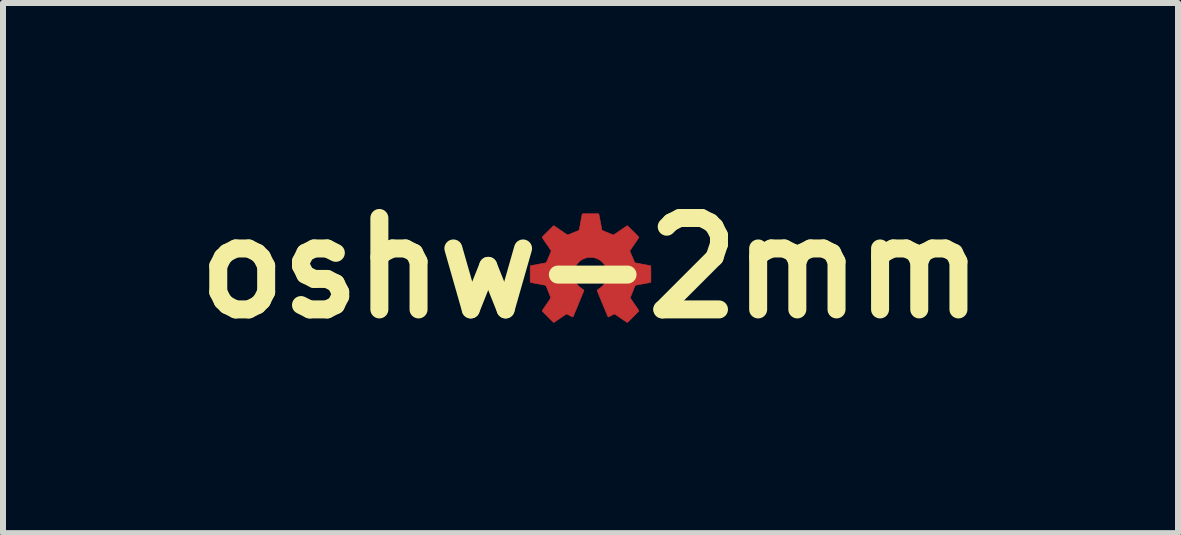
<source format=kicad_pcb>
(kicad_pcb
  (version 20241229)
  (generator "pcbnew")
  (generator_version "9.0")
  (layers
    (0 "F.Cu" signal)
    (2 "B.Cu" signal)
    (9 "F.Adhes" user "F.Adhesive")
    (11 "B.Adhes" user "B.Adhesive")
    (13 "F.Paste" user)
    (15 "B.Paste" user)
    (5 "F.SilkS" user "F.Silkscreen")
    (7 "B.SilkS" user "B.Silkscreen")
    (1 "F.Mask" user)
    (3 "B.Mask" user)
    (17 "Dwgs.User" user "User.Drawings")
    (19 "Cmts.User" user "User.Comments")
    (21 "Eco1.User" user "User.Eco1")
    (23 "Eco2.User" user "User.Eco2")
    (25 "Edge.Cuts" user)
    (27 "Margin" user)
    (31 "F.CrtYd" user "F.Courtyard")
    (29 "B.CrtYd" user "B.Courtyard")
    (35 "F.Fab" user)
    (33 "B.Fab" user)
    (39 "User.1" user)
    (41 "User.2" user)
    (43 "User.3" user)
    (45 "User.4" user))
  (footprint "oshw-2mm"
    (layer "F.Cu")
    (at 6.793 1.418)
    (property "Reference" "oshw-2mm" (at 0 0 0) (layer "F.SilkS") (effects (font (size 1.524 1.524) (thickness 0.3))))
    (attr through_hole)
    (fp_poly (pts (xy 0.021 -0.905) (xy 0.04 -0.905) (xy 0.056 -0.905) (xy 0.07 -0.905) (xy 0.083 -0.905) (xy 0.093 -0.905) (xy 0.102 -0.905) (xy 0.11 -0.905) (xy 0.116 -0.905) (xy 0.121 -0.905) (xy 0.125 -0.905) (xy 0.127 -0.904) (xy 0.13 -0.904) (xy 0.131 -0.904) (xy 0.133 -0.904) (xy 0.133 -0.903) (xy 0.134 -0.903) (xy 0.137 -0.9) (xy 0.139 -0.897) (xy 0.139 -0.897) (xy 0.14 -0.895) (xy 0.141 -0.891) (xy 0.142 -0.885) (xy 0.143 -0.877) (xy 0.145 -0.867) (xy 0.148 -0.856) (xy 0.15 -0.843) (xy 0.153 -0.828) (xy 0.156 -0.813) (xy 0.159 -0.797) (xy 0.162 -0.78) (xy 0.163 -0.771) (xy 0.167 -0.753) (xy 0.17 -0.737) (xy 0.173 -0.721) (xy 0.176 -0.706) (xy 0.178 -0.692) (xy 0.18 -0.679) (xy 0.183 -0.668) (xy 0.184 -0.659) (xy 0.186 -0.651) (xy 0.187 -0.646) (xy 0.187 -0.642) (xy 0.188 -0.641) (xy 0.188 -0.639) (xy 0.188 -0.637) (xy 0.189 -0.635) (xy 0.19 -0.634) (xy 0.191 -0.632) (xy 0.193 -0.63) (xy 0.196 -0.628) (xy 0.2 -0.626) (xy 0.205 -0.624) (xy 0.211 -0.621) (xy 0.218 -0.618) (xy 0.227 -0.614) (xy 0.238 -0.609) (xy 0.25 -0.604) (xy 0.264 -0.598) (xy 0.281 -0.592) (xy 0.286 -0.59) (xy 0.303 -0.583) (xy 0.318 -0.576) (xy 0.331 -0.571) (xy 0.342 -0.567) (xy 0.352 -0.563) (xy 0.36 -0.56) (xy 0.367 -0.557) (xy 0.372 -0.556) (xy 0.377 -0.554) (xy 0.38 -0.554) (xy 0.383 -0.553) (xy 0.386 -0.554) (xy 0.388 -0.554) (xy 0.39 -0.555) (xy 0.392 -0.556) (xy 0.394 -0.558) (xy 0.396 -0.559) (xy 0.398 -0.561) (xy 0.402 -0.564) (xy 0.408 -0.568) (xy 0.416 -0.573) (xy 0.425 -0.579) (xy 0.435 -0.586) (xy 0.446 -0.594) (xy 0.459 -0.602) (xy 0.472 -0.611) (xy 0.486 -0.621) (xy 0.5 -0.631) (xy 0.506 -0.635) (xy 0.522 -0.646) (xy 0.537 -0.656) (xy 0.55 -0.665) (xy 0.562 -0.673) (xy 0.572 -0.68) (xy 0.58 -0.685) (xy 0.587 -0.69) (xy 0.593 -0.694) (xy 0.598 -0.697) (xy 0.601 -0.699) (xy 0.605 -0.701) (xy 0.607 -0.702) (xy 0.609 -0.703) (xy 0.61 -0.704) (xy 0.611 -0.704) (xy 0.612 -0.704) (xy 0.618 -0.704) (xy 0.711 -0.611) (xy 0.726 -0.596) (xy 0.74 -0.583) (xy 0.751 -0.571) (xy 0.761 -0.561) (xy 0.77 -0.552) (xy 0.778 -0.544) (xy 0.784 -0.538) (xy 0.789 -0.532) (xy 0.794 -0.528) (xy 0.797 -0.524) (xy 0.8 -0.521) (xy 0.802 -0.519) (xy 0.803 -0.517) (xy 0.804 -0.516) (xy 0.804 -0.515) (xy 0.805 -0.514) (xy 0.805 -0.513) (xy 0.805 -0.512) (xy 0.804 -0.508) (xy 0.803 -0.504) (xy 0.802 -0.504) (xy 0.801 -0.502) (xy 0.799 -0.498) (xy 0.795 -0.493) (xy 0.791 -0.486) (xy 0.785 -0.478) (xy 0.778 -0.468) (xy 0.771 -0.457) (xy 0.763 -0.446) (xy 0.754 -0.433) (xy 0.745 -0.419) (xy 0.735 -0.406) (xy 0.734 -0.404) (xy 0.724 -0.389) (xy 0.715 -0.376) (xy 0.706 -0.363) (xy 0.698 -0.35) (xy 0.69 -0.339) (xy 0.683 -0.329) (xy 0.676 -0.319) (xy 0.671 -0.312) (xy 0.667 -0.306) (xy 0.664 -0.301) (xy 0.662 -0.299) (xy 0.662 -0.299) (xy 0.661 -0.296) (xy 0.659 -0.294) (xy 0.658 -0.293) (xy 0.657 -0.291) (xy 0.657 -0.288) (xy 0.657 -0.286) (xy 0.657 -0.283) (xy 0.658 -0.279) (xy 0.659 -0.274) (xy 0.661 -0.268) (xy 0.664 -0.262) (xy 0.667 -0.253) (xy 0.671 -0.244) (xy 0.676 -0.232) (xy 0.682 -0.219) (xy 0.688 -0.203) (xy 0.695 -0.189) (xy 0.701 -0.175) (xy 0.707 -0.161) (xy 0.712 -0.148) (xy 0.717 -0.136) (xy 0.722 -0.126) (xy 0.726 -0.116) (xy 0.729 -0.108) (xy 0.732 -0.102) (xy 0.734 -0.098) (xy 0.735 -0.096) (xy 0.735 -0.096) (xy 0.737 -0.092) (xy 0.741 -0.089) (xy 0.741 -0.089) (xy 0.741 -0.089) (xy 0.742 -0.089) (xy 0.742 -0.088) (xy 0.743 -0.088) (xy 0.745 -0.087) (xy 0.747 -0.087) (xy 0.749 -0.086) (xy 0.753 -0.085) (xy 0.757 -0.085) (xy 0.762 -0.083) (xy 0.769 -0.082) (xy 0.777 -0.081) (xy 0.786 -0.079) (xy 0.797 -0.077) (xy 0.81 -0.074) (xy 0.824 -0.072) (xy 0.841 -0.069) (xy 0.859 -0.065) (xy 0.88 -0.061) (xy 0.892 -0.059) (xy 0.907 -0.056) (xy 0.922 -0.054) (xy 0.936 -0.051) (xy 0.949 -0.049) (xy 0.961 -0.046) (xy 0.971 -0.045) (xy 0.979 -0.043) (xy 0.986 -0.042) (xy 0.991 -0.041) (xy 0.993 -0.04) (xy 0.994 -0.04) (xy 0.998 -0.039) (xy 1.002 -0.036) (xy 1.002 -0.036) (xy 1.005 -0.032) (xy 1.006 0.099) (xy 1.006 0.12) (xy 1.006 0.139) (xy 1.006 0.155) (xy 1.006 0.17) (xy 1.006 0.182) (xy 1.006 0.193) (xy 1.006 0.202) (xy 1.006 0.21) (xy 1.006 0.216) (xy 1.005 0.221) (xy 1.005 0.225) (xy 1.005 0.228) (xy 1.005 0.23) (xy 1.005 0.232) (xy 1.004 0.233) (xy 1.004 0.234) (xy 1.004 0.235) (xy 1.004 0.235) (xy 1 0.238) (xy 0.997 0.24) (xy 0.995 0.24) (xy 0.991 0.241) (xy 0.985 0.243) (xy 0.977 0.244) (xy 0.967 0.246) (xy 0.956 0.248) (xy 0.944 0.25) (xy 0.93 0.253) (xy 0.917 0.255) (xy 0.911 0.257) (xy 0.888 0.261) (xy 0.867 0.265) (xy 0.849 0.268) (xy 0.833 0.271) (xy 0.818 0.274) (xy 0.806 0.276) (xy 0.795 0.278) (xy 0.786 0.28) (xy 0.778 0.281) (xy 0.771 0.283) (xy 0.766 0.284) (xy 0.762 0.284) (xy 0.758 0.285) (xy 0.756 0.286) (xy 0.754 0.286) (xy 0.752 0.286) (xy 0.751 0.287) (xy 0.751 0.287) (xy 0.747 0.289) (xy 0.744 0.292) (xy 0.744 0.292) (xy 0.743 0.293) (xy 0.741 0.297) (xy 0.739 0.303) (xy 0.735 0.311) (xy 0.731 0.32) (xy 0.727 0.331) (xy 0.722 0.343) (xy 0.717 0.357) (xy 0.711 0.371) (xy 0.705 0.386) (xy 0.702 0.394) (xy 0.695 0.411) (xy 0.689 0.426) (xy 0.683 0.44) (xy 0.679 0.451) (xy 0.675 0.461) (xy 0.672 0.469) (xy 0.669 0.475) (xy 0.667 0.481) (xy 0.666 0.485) (xy 0.665 0.489) (xy 0.664 0.491) (xy 0.663 0.493) (xy 0.663 0.495) (xy 0.663 0.496) (xy 0.663 0.497) (xy 0.663 0.498) (xy 0.664 0.499) (xy 0.665 0.501) (xy 0.667 0.504) (xy 0.669 0.508) (xy 0.672 0.513) (xy 0.676 0.519) (xy 0.681 0.527) (xy 0.687 0.535) (xy 0.694 0.546) (xy 0.702 0.558) (xy 0.711 0.571) (xy 0.722 0.587) (xy 0.734 0.604) (xy 0.734 0.605) (xy 0.744 0.619) (xy 0.754 0.633) (xy 0.763 0.646) (xy 0.771 0.658) (xy 0.779 0.67) (xy 0.785 0.68) (xy 0.791 0.689) (xy 0.796 0.696) (xy 0.8 0.702) (xy 0.803 0.707) (xy 0.804 0.709) (xy 0.804 0.709) (xy 0.805 0.713) (xy 0.804 0.716) (xy 0.803 0.718) (xy 0.801 0.721) (xy 0.796 0.726) (xy 0.791 0.732) (xy 0.783 0.74) (xy 0.774 0.749) (xy 0.763 0.76) (xy 0.75 0.773) (xy 0.736 0.788) (xy 0.719 0.804) (xy 0.713 0.811) (xy 0.7 0.823) (xy 0.688 0.836) (xy 0.676 0.847) (xy 0.665 0.858) (xy 0.655 0.868) (xy 0.646 0.877) (xy 0.638 0.885) (xy 0.631 0.891) (xy 0.626 0.897) (xy 0.622 0.901) (xy 0.619 0.903) (xy 0.618 0.904) (xy 0.613 0.905) (xy 0.608 0.905) (xy 0.603 0.902) (xy 0.602 0.901) (xy 0.6 0.9) (xy 0.596 0.897) (xy 0.59 0.893) (xy 0.583 0.888) (xy 0.574 0.883) (xy 0.564 0.876) (xy 0.553 0.868) (xy 0.541 0.86) (xy 0.529 0.851) (xy 0.515 0.842) (xy 0.503 0.834) (xy 0.489 0.824) (xy 0.476 0.815) (xy 0.463 0.807) (xy 0.452 0.799) (xy 0.441 0.791) (xy 0.431 0.785) (xy 0.423 0.779) (xy 0.416 0.775) (xy 0.411 0.771) (xy 0.408 0.769) (xy 0.406 0.768) (xy 0.4 0.766) (xy 0.397 0.766) (xy 0.395 0.767) (xy 0.39 0.769) (xy 0.384 0.772) (xy 0.376 0.776) (xy 0.367 0.781) (xy 0.356 0.786) (xy 0.347 0.791) (xy 0.335 0.797) (xy 0.326 0.802) (xy 0.317 0.806) (xy 0.311 0.81) (xy 0.306 0.812) (xy 0.302 0.813) (xy 0.299 0.814) (xy 0.296 0.815) (xy 0.295 0.814) (xy 0.293 0.813) (xy 0.292 0.813) (xy 0.291 0.811) (xy 0.289 0.808) (xy 0.287 0.802) (xy 0.283 0.794) (xy 0.279 0.784) (xy 0.274 0.772) (xy 0.268 0.758) (xy 0.261 0.742) (xy 0.254 0.724) (xy 0.246 0.705) (xy 0.237 0.684) (xy 0.228 0.662) (xy 0.218 0.638) (xy 0.208 0.613) (xy 0.199 0.593) (xy 0.188 0.566) (xy 0.178 0.542) (xy 0.169 0.52) (xy 0.161 0.5) (xy 0.153 0.481) (xy 0.147 0.465) (xy 0.141 0.451) (xy 0.135 0.438) (xy 0.131 0.426) (xy 0.127 0.416) (xy 0.123 0.407) (xy 0.12 0.4) (xy 0.118 0.394) (xy 0.116 0.388) (xy 0.114 0.384) (xy 0.113 0.38) (xy 0.112 0.377) (xy 0.111 0.375) (xy 0.111 0.374) (xy 0.11 0.372) (xy 0.11 0.371) (xy 0.111 0.371) (xy 0.111 0.37) (xy 0.112 0.368) (xy 0.114 0.365) (xy 0.116 0.363) (xy 0.121 0.36) (xy 0.127 0.356) (xy 0.128 0.355) (xy 0.134 0.352) (xy 0.14 0.347) (xy 0.146 0.343) (xy 0.146 0.343) (xy 0.151 0.339) (xy 0.157 0.335) (xy 0.163 0.33) (xy 0.167 0.327) (xy 0.188 0.31) (xy 0.207 0.292) (xy 0.224 0.272) (xy 0.239 0.25) (xy 0.242 0.245) (xy 0.253 0.224) (xy 0.263 0.201) (xy 0.271 0.177) (xy 0.276 0.153) (xy 0.279 0.135) (xy 0.28 0.125) (xy 0.28 0.114) (xy 0.28 0.102) (xy 0.28 0.09) (xy 0.28 0.078) (xy 0.279 0.067) (xy 0.278 0.062) (xy 0.273 0.036) (xy 0.265 0.011) (xy 0.256 -0.014) (xy 0.244 -0.037) (xy 0.231 -0.059) (xy 0.215 -0.079) (xy 0.197 -0.098) (xy 0.178 -0.115) (xy 0.157 -0.131) (xy 0.135 -0.145) (xy 0.124 -0.15) (xy 0.1 -0.161) (xy 0.076 -0.169) (xy 0.052 -0.174) (xy 0.026 -0.177) (xy 0 -0.179) (xy -0.023 -0.178) (xy -0.044 -0.176) (xy -0.064 -0.172) (xy -0.085 -0.166) (xy -0.088 -0.165) (xy -0.113 -0.155) (xy -0.136 -0.144) (xy -0.158 -0.13) (xy -0.179 -0.115) (xy -0.198 -0.097) (xy -0.215 -0.078) (xy -0.231 -0.058) (xy -0.245 -0.036) (xy -0.256 -0.013) (xy -0.266 0.011) (xy -0.266 0.012) (xy -0.272 0.03) (xy -0.276 0.048) (xy -0.278 0.065) (xy -0.28 0.083) (xy -0.28 0.103) (xy -0.28 0.122) (xy -0.278 0.139) (xy -0.276 0.156) (xy -0.272 0.173) (xy -0.267 0.19) (xy -0.257 0.215) (xy -0.246 0.238) (xy -0.232 0.261) (xy -0.216 0.281) (xy -0.198 0.301) (xy -0.179 0.318) (xy -0.167 0.327) (xy -0.162 0.331) (xy -0.156 0.336) (xy -0.151 0.339) (xy -0.148 0.341) (xy -0.144 0.344) (xy -0.139 0.348) (xy -0.133 0.352) (xy -0.13 0.354) (xy -0.123 0.358) (xy -0.118 0.361) (xy -0.115 0.364) (xy -0.113 0.366) (xy -0.111 0.369) (xy -0.111 0.37) (xy -0.11 0.371) (xy -0.11 0.372) (xy -0.111 0.373) (xy -0.111 0.374) (xy -0.111 0.376) (xy -0.112 0.379) (xy -0.113 0.382) (xy -0.115 0.386) (xy -0.117 0.391) (xy -0.119 0.397) (xy -0.122 0.403) (xy -0.125 0.412) (xy -0.129 0.421) (xy -0.133 0.432) (xy -0.138 0.444) (xy -0.144 0.458) (xy -0.15 0.473) (xy -0.157 0.49) (xy -0.165 0.509) (xy -0.174 0.53) (xy -0.183 0.554) (xy -0.194 0.579) (xy -0.199 0.593) (xy -0.21 0.619) (xy -0.22 0.643) (xy -0.23 0.667) (xy -0.239 0.689) (xy -0.248 0.709) (xy -0.256 0.728) (xy -0.263 0.745) (xy -0.269 0.76) (xy -0.275 0.774) (xy -0.28 0.785) (xy -0.284 0.795) (xy -0.287 0.803) (xy -0.29 0.808) (xy -0.291 0.812) (xy -0.292 0.813) (xy -0.295 0.814) (xy -0.298 0.815) (xy -0.301 0.814) (xy -0.305 0.812) (xy -0.312 0.809) (xy -0.32 0.805) (xy -0.331 0.799) (xy -0.344 0.793) (xy -0.347 0.791) (xy -0.357 0.786) (xy -0.366 0.781) (xy -0.375 0.776) (xy -0.382 0.773) (xy -0.388 0.77) (xy -0.393 0.768) (xy -0.395 0.766) (xy -0.396 0.766) (xy -0.4 0.766) (xy -0.404 0.767) (xy -0.405 0.768) (xy -0.409 0.77) (xy -0.414 0.773) (xy -0.421 0.778) (xy -0.429 0.784) (xy -0.439 0.79) (xy -0.45 0.797) (xy -0.461 0.805) (xy -0.474 0.814) (xy -0.487 0.823) (xy -0.499 0.831) (xy -0.513 0.84) (xy -0.526 0.85) (xy -0.539 0.858) (xy -0.551 0.867) (xy -0.562 0.874) (xy -0.572 0.881) (xy -0.581 0.887) (xy -0.588 0.892) (xy -0.593 0.896) (xy -0.597 0.898) (xy -0.599 0.899) (xy -0.605 0.903) (xy -0.61 0.905) (xy -0.614 0.905) (xy -0.618 0.904) (xy -0.619 0.903) (xy -0.621 0.902) (xy -0.624 0.899) (xy -0.628 0.894) (xy -0.634 0.889) (xy -0.642 0.882) (xy -0.65 0.873) (xy -0.659 0.864) (xy -0.67 0.854) (xy -0.681 0.843) (xy -0.693 0.831) (xy -0.705 0.819) (xy -0.713 0.81) (xy -0.73 0.793) (xy -0.745 0.778) (xy -0.758 0.765) (xy -0.77 0.753) (xy -0.78 0.743) (xy -0.788 0.734) (xy -0.795 0.728) (xy -0.799 0.722) (xy -0.803 0.719) (xy -0.804 0.717) (xy -0.804 0.716) (xy -0.805 0.712) (xy -0.804 0.709) (xy -0.804 0.708) (xy -0.802 0.705) (xy -0.798 0.699) (xy -0.794 0.693) (xy -0.788 0.684) (xy -0.782 0.675) (xy -0.774 0.664) (xy -0.766 0.652) (xy -0.758 0.639) (xy -0.749 0.626) (xy -0.739 0.611) (xy -0.734 0.605) (xy -0.722 0.587) (xy -0.712 0.572) (xy -0.702 0.558) (xy -0.694 0.546) (xy -0.687 0.536) (xy -0.681 0.527) (xy -0.676 0.519) (xy -0.672 0.513) (xy -0.669 0.508) (xy -0.667 0.504) (xy -0.665 0.501) (xy -0.664 0.499) (xy -0.663 0.498) (xy -0.663 0.498) (xy -0.663 0.497) (xy -0.663 0.496) (xy -0.663 0.494) (xy -0.663 0.493) (xy -0.664 0.491) (xy -0.665 0.488) (xy -0.666 0.484) (xy -0.668 0.479) (xy -0.67 0.474) (xy -0.673 0.467) (xy -0.676 0.458) (xy -0.68 0.448) (xy -0.685 0.436) (xy -0.69 0.422) (xy -0.696 0.407) (xy -0.702 0.394) (xy -0.708 0.379) (xy -0.713 0.364) (xy -0.719 0.351) (xy -0.724 0.338) (xy -0.729 0.327) (xy -0.733 0.317) (xy -0.737 0.308) (xy -0.739 0.301) (xy -0.742 0.296) (xy -0.743 0.293) (xy -0.743 0.292) (xy -0.747 0.289) (xy -0.75 0.287) (xy -0.752 0.287) (xy -0.756 0.286) (xy -0.762 0.285) (xy -0.77 0.283) (xy -0.78 0.281) (xy -0.792 0.279) (xy -0.804 0.276) (xy -0.819 0.274) (xy -0.834 0.271) (xy -0.85 0.268) (xy -0.867 0.265) (xy -0.873 0.264) (xy -0.89 0.26) (xy -0.907 0.257) (xy -0.922 0.254) (xy -0.937 0.252) (xy -0.95 0.249) (xy -0.962 0.247) (xy -0.973 0.245) (xy -0.982 0.243) (xy -0.989 0.242) (xy -0.994 0.241) (xy -0.997 0.24) (xy -0.997 0.24) (xy -1.001 0.238) (xy -1.004 0.235) (xy -1.004 0.234) (xy -1.004 0.233) (xy -1.005 0.232) (xy -1.005 0.23) (xy -1.005 0.228) (xy -1.005 0.225) (xy -1.005 0.222) (xy -1.006 0.217) (xy -1.006 0.211) (xy -1.006 0.204) (xy -1.006 0.195) (xy -1.006 0.185) (xy -1.006 0.173) (xy -1.006 0.159) (xy -1.006 0.143) (xy -1.006 0.125) (xy -1.006 0.104) (xy -1.006 0.099) (xy -1.005 -0.032) (xy -1.002 -0.036) (xy -1.002 -0.036) (xy -1.002 -0.037) (xy -1.001 -0.037) (xy -1.001 -0.038) (xy -1 -0.038) (xy -0.999 -0.038) (xy -0.997 -0.039) (xy -0.995 -0.04) (xy -0.991 -0.04) (xy -0.987 -0.041) (xy -0.982 -0.042) (xy -0.975 -0.044) (xy -0.967 -0.045) (xy -0.958 -0.047) (xy -0.946 -0.049) (xy -0.933 -0.051) (xy -0.918 -0.054) (xy -0.901 -0.057) (xy -0.882 -0.061) (xy -0.865 -0.064) (xy -0.845 -0.068) (xy -0.827 -0.071) (xy -0.811 -0.074) (xy -0.797 -0.077) (xy -0.785 -0.079) (xy -0.775 -0.081) (xy -0.766 -0.083) (xy -0.759 -0.084) (xy -0.753 -0.086) (xy -0.748 -0.087) (xy -0.745 -0.088) (xy -0.742 -0.089) (xy -0.74 -0.09) (xy -0.738 -0.091) (xy -0.737 -0.092) (xy -0.736 -0.093) (xy -0.736 -0.094) (xy -0.735 -0.096) (xy -0.735 -0.096) (xy -0.734 -0.098) (xy -0.732 -0.101) (xy -0.73 -0.107) (xy -0.726 -0.115) (xy -0.723 -0.124) (xy -0.718 -0.134) (xy -0.713 -0.146) (xy -0.707 -0.159) (xy -0.702 -0.172) (xy -0.696 -0.187) (xy -0.695 -0.189) (xy -0.687 -0.206) (xy -0.681 -0.221) (xy -0.675 -0.234) (xy -0.671 -0.245) (xy -0.667 -0.255) (xy -0.663 -0.263) (xy -0.661 -0.27) (xy -0.659 -0.275) (xy -0.658 -0.28) (xy -0.657 -0.283) (xy -0.657 -0.286) (xy -0.657 -0.289) (xy -0.657 -0.291) (xy -0.658 -0.293) (xy -0.659 -0.295) (xy -0.661 -0.297) (xy -0.662 -0.299) (xy -0.664 -0.301) (xy -0.667 -0.305) (xy -0.671 -0.311) (xy -0.676 -0.319) (xy -0.682 -0.328) (xy -0.689 -0.338) (xy -0.697 -0.349) (xy -0.705 -0.362) (xy -0.714 -0.375) (xy -0.724 -0.388) (xy -0.733 -0.403) (xy -0.735 -0.405) (xy -0.745 -0.419) (xy -0.754 -0.433) (xy -0.763 -0.445) (xy -0.771 -0.457) (xy -0.778 -0.468) (xy -0.785 -0.478) (xy -0.791 -0.487) (xy -0.796 -0.494) (xy -0.799 -0.499) (xy -0.802 -0.503) (xy -0.803 -0.505) (xy -0.803 -0.505) (xy -0.804 -0.508) (xy -0.805 -0.512) (xy -0.805 -0.513) (xy -0.805 -0.513) (xy -0.805 -0.514) (xy -0.804 -0.515) (xy -0.803 -0.517) (xy -0.802 -0.518) (xy -0.8 -0.521) (xy -0.798 -0.523) (xy -0.795 -0.527) (xy -0.791 -0.531) (xy -0.786 -0.536) (xy -0.78 -0.542) (xy -0.772 -0.55) (xy -0.764 -0.558) (xy -0.754 -0.568) (xy -0.743 -0.579) (xy -0.73 -0.592) (xy -0.716 -0.606) (xy -0.618 -0.704) (xy -0.613 -0.704) (xy -0.612 -0.704) (xy -0.611 -0.704) (xy -0.611 -0.704) (xy -0.61 -0.704) (xy -0.609 -0.704) (xy -0.608 -0.704) (xy -0.607 -0.703) (xy -0.605 -0.702) (xy -0.603 -0.701) (xy -0.6 -0.699) (xy -0.596 -0.696) (xy -0.591 -0.693) (xy -0.585 -0.689) (xy -0.578 -0.684) (xy -0.57 -0.679) (xy -0.561 -0.673) (xy -0.55 -0.665) (xy -0.538 -0.657) (xy -0.524 -0.647) (xy -0.509 -0.637) (xy -0.492 -0.625) (xy -0.472 -0.612) (xy -0.456 -0.601) (xy -0.442 -0.591) (xy -0.431 -0.583) (xy -0.421 -0.576) (xy -0.412 -0.571) (xy -0.405 -0.566) (xy -0.4 -0.562) (xy -0.395 -0.559) (xy -0.391 -0.557) (xy -0.389 -0.556) (xy -0.386 -0.554) (xy -0.385 -0.554) (xy -0.383 -0.553) (xy -0.382 -0.553) (xy -0.381 -0.553) (xy -0.379 -0.553) (xy -0.377 -0.554) (xy -0.375 -0.555) (xy -0.371 -0.556) (xy -0.367 -0.557) (xy -0.361 -0.559) (xy -0.354 -0.562) (xy -0.346 -0.565) (xy -0.336 -0.569) (xy -0.324 -0.574) (xy -0.31 -0.58) (xy -0.294 -0.586) (xy -0.287 -0.589) (xy -0.273 -0.595) (xy -0.259 -0.6) (xy -0.247 -0.606) (xy -0.235 -0.611) (xy -0.224 -0.615) (xy -0.215 -0.619) (xy -0.208 -0.622) (xy -0.202 -0.625) (xy -0.198 -0.626) (xy -0.196 -0.627) (xy -0.196 -0.627) (xy -0.195 -0.628) (xy -0.194 -0.629) (xy -0.193 -0.63) (xy -0.192 -0.631) (xy -0.191 -0.633) (xy -0.19 -0.635) (xy -0.189 -0.638) (xy -0.188 -0.642) (xy -0.187 -0.647) (xy -0.186 -0.653) (xy -0.184 -0.661) (xy -0.182 -0.67) (xy -0.18 -0.68) (xy -0.178 -0.692) (xy -0.175 -0.706) (xy -0.172 -0.723) (xy -0.169 -0.741) (xy -0.165 -0.761) (xy -0.165 -0.765) (xy -0.161 -0.782) (xy -0.158 -0.799) (xy -0.155 -0.816) (xy -0.152 -0.831) (xy -0.15 -0.845) (xy -0.147 -0.858) (xy -0.145 -0.869) (xy -0.143 -0.879) (xy -0.142 -0.886) (xy -0.14 -0.892) (xy -0.14 -0.896) (xy -0.139 -0.897) (xy -0.137 -0.9) (xy -0.134 -0.903) (xy -0.134 -0.903) (xy -0.133 -0.903) (xy -0.132 -0.904) (xy -0.131 -0.904) (xy -0.13 -0.904) (xy -0.127 -0.904) (xy -0.124 -0.905) (xy -0.12 -0.905) (xy -0.115 -0.905) (xy -0.109 -0.905) (xy -0.101 -0.905) (xy -0.092 -0.905) (xy -0.082 -0.905) (xy -0.069 -0.905) (xy -0.055 -0.905) (xy -0.038 -0.905) (xy -0.019 -0.905) (xy 0 -0.905) (xy 0.021 -0.905)) (stroke (width 0.01) (type solid)) (fill yes) (layer "F.Cu")))
  (gr_rect
    (start -3 -3)
    (end 16.585 5.836)
    (stroke (width 0.1) (type default))
    (fill no)
    (layer "Edge.Cuts")))
</source>
